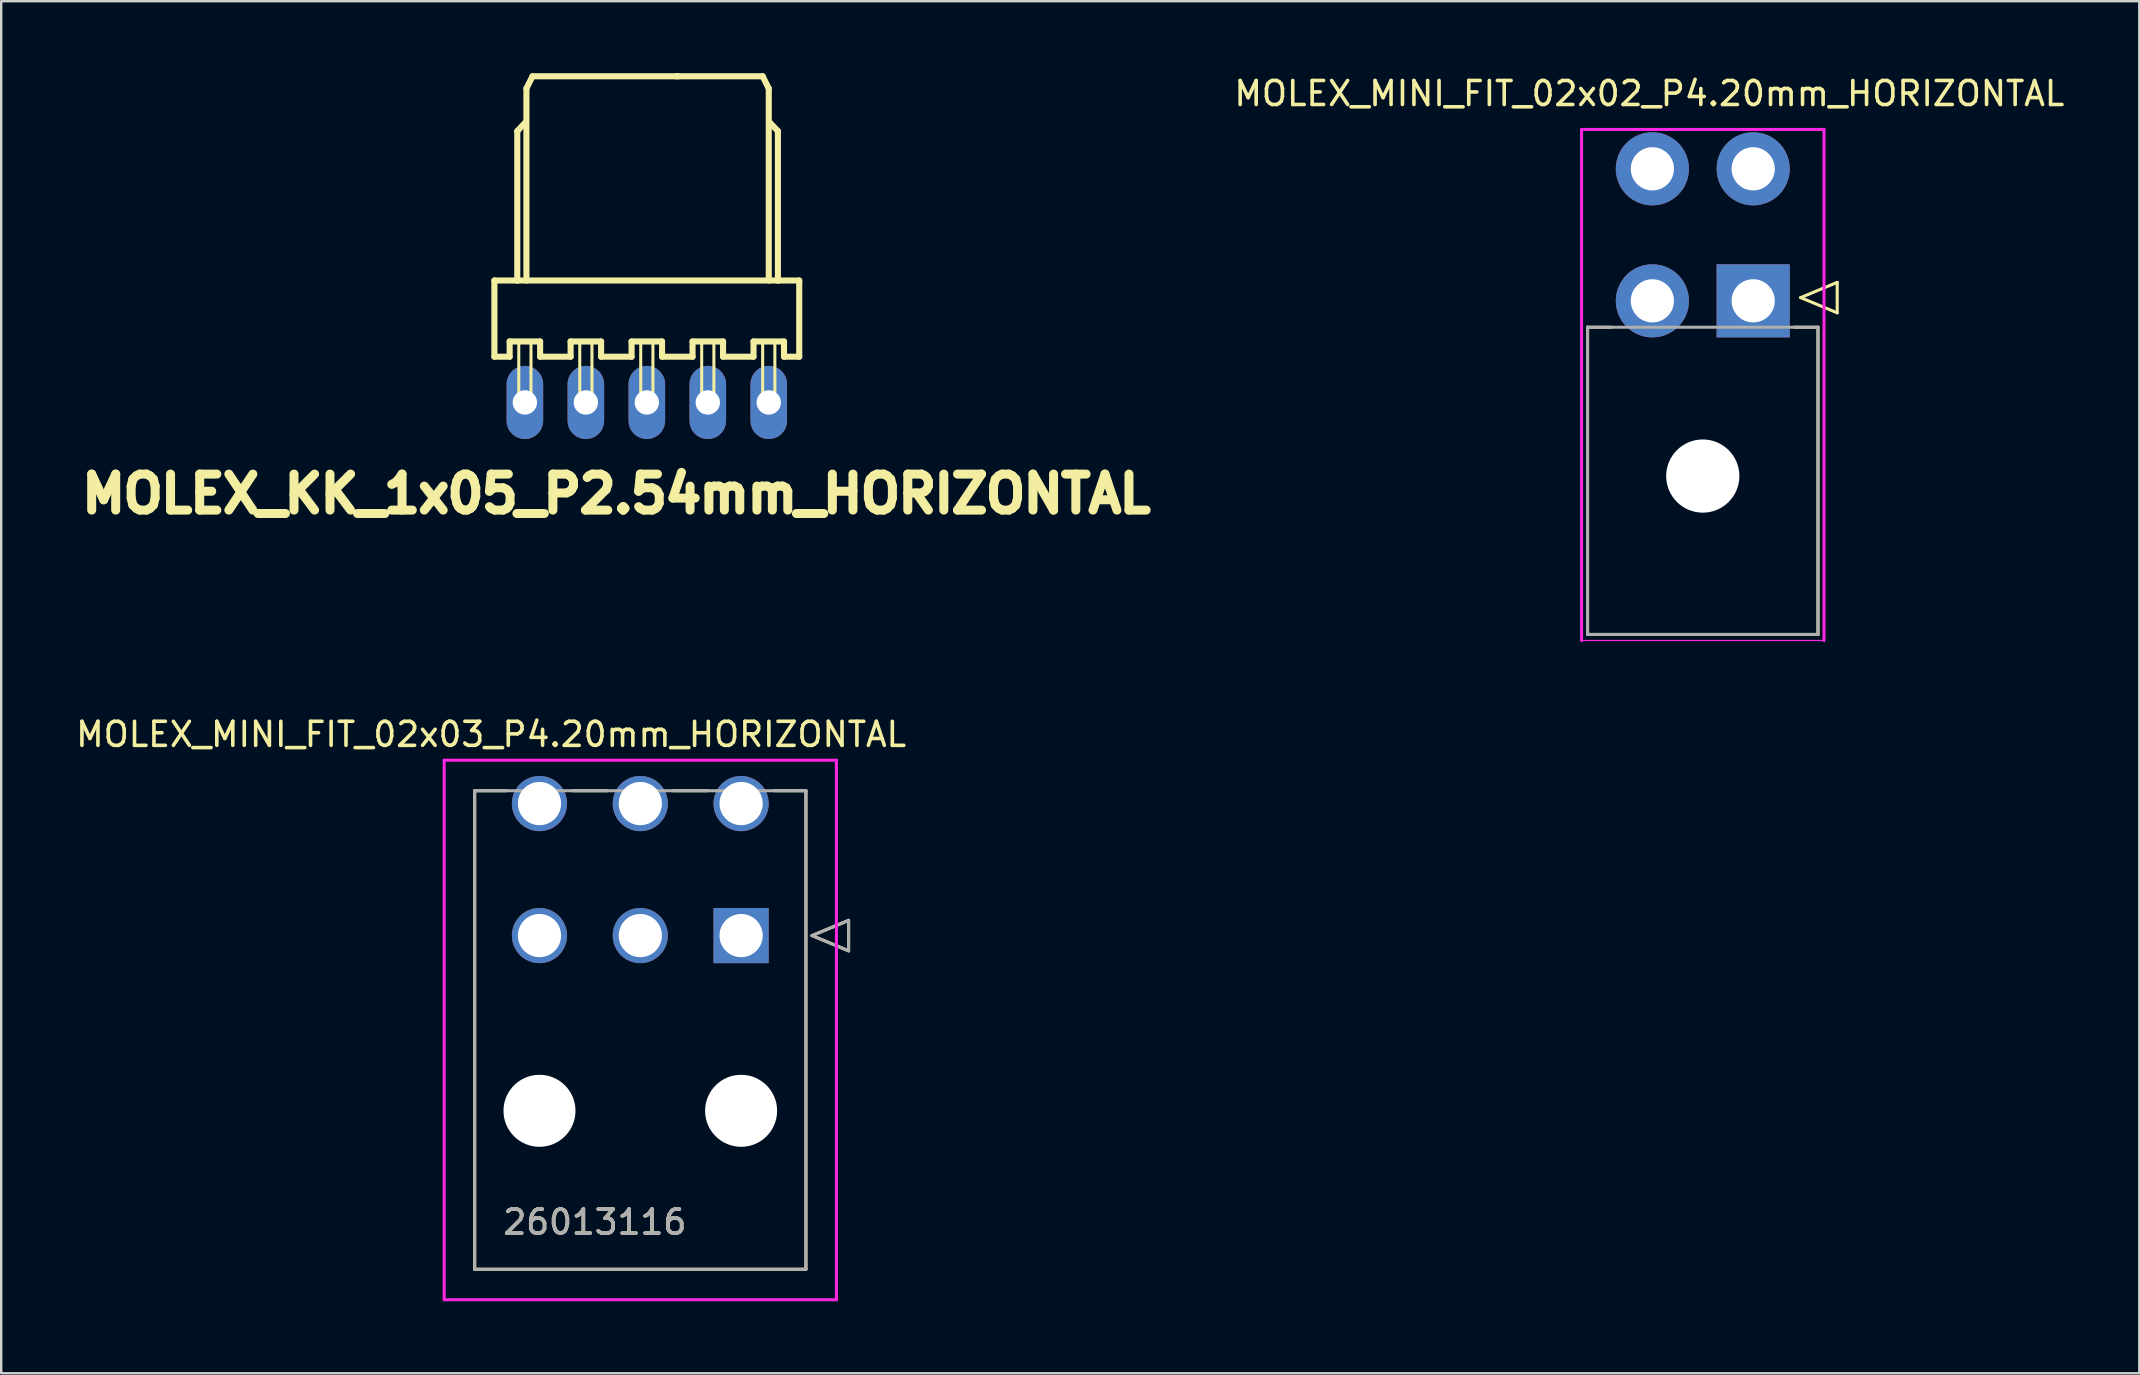
<source format=kicad_pcb>
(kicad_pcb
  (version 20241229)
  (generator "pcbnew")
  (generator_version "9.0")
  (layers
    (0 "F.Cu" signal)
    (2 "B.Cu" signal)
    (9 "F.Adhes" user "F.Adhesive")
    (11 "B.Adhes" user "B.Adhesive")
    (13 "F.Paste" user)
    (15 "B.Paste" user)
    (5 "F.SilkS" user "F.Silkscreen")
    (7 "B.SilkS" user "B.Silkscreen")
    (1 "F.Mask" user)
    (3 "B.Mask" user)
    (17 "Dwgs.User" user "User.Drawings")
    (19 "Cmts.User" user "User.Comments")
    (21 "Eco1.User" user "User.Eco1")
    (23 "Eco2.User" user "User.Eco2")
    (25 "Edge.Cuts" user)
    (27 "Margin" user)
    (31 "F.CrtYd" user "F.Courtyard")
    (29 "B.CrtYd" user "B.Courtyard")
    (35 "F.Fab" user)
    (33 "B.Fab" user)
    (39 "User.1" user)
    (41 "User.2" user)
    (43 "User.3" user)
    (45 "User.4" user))
  (footprint "MOLEX_MINI_FIT_02x02_P4.20mm_HORIZONTAL"
    (layer "F.Cu")
    (at 69.989 9.483)
    (property "Reference" "MOLEX_MINI_FIT_02x02_P4.20mm_HORIZONTAL" (at -4.325 -8.635 0) (layer "F.SilkS") (effects (font (size 1 1) (thickness 0.15))))
    (attr through_hole)
    (fp_line (start -6.9 1.1) (end -6.9 13.9) (stroke (width 0.127) (type solid)) (layer "F.SilkS"))
    (fp_line (start -6.9 13.9) (end 2.7 13.9) (stroke (width 0.127) (type solid)) (layer "F.SilkS"))
    (fp_line (start -5.91 1.1) (end -6.9 1.1) (stroke (width 0.127) (type solid)) (layer "F.SilkS"))
    (fp_line (start 1.976 -0.135) (end 3.5 -0.77) (stroke (width 0.127) (type solid)) (layer "F.SilkS"))
    (fp_line (start 2.7 1.1) (end 1.71 1.1) (stroke (width 0.127) (type solid)) (layer "F.SilkS"))
    (fp_line (start 2.7 13.9) (end 2.7 1.1) (stroke (width 0.127) (type solid)) (layer "F.SilkS"))
    (fp_line (start 3.5 -0.77) (end 3.5 0.5) (stroke (width 0.127) (type solid)) (layer "F.SilkS"))
    (fp_line (start 3.5 0.5) (end 1.976 -0.135) (stroke (width 0.127) (type solid)) (layer "F.SilkS"))
    (fp_line (start -7.15 -7.14) (end 2.95 -7.14) (stroke (width 0.127) (type solid)) (layer "F.CrtYd"))
    (fp_line (start -7.15 14.15) (end -7.15 -7.14) (stroke (width 0.127) (type solid)) (layer "F.CrtYd"))
    (fp_line (start 2.95 -7.14) (end 2.95 14.15) (stroke (width 0.127) (type solid)) (layer "F.CrtYd"))
    (fp_line (start 2.95 14.15) (end -7.15 14.15) (stroke (width 0.05) (type solid)) (layer "F.CrtYd"))
    (fp_line (start -6.9 1.1) (end 2.7 1.1) (stroke (width 0.127) (type solid)) (layer "F.Fab"))
    (fp_line (start -6.9 13.9) (end -6.9 1.1) (stroke (width 0.127) (type solid)) (layer "F.Fab"))
    (fp_line (start 2.7 1.1) (end 2.7 13.9) (stroke (width 0.127) (type solid)) (layer "F.Fab"))
    (fp_line (start 2.7 13.9) (end -6.9 13.9) (stroke (width 0.127) (type solid)) (layer "F.Fab"))
    (pad "" np_thru_hole circle (at -2.1 7.3) (size 3.05 3.05) (drill 3.05) (layers "*.Cu" "*.Mask"))
    (pad "1" thru_hole rect (at 0 0) (size 3.048 3.048) (drill 1.8) (layers "*.Cu" "*.Mask"))
    (pad "2" thru_hole circle (at -4.2 0) (size 3.048 3.048) (drill 1.8) (layers "*.Cu" "*.Mask"))
    (pad "3" thru_hole circle (at 0 -5.5) (size 3.048 3.048) (drill 1.8) (layers "*.Cu" "*.Mask"))
    (pad "4" thru_hole circle (at -4.2 -5.5) (size 3.048 3.048) (drill 1.8) (layers "*.Cu" "*.Mask")))
  (footprint "MOLEX_KK_1x05_P2.54mm_HORIZONTAL"
    (layer "F.Cu")
    (at 23.897 13.716)
    (property "Reference" "MOLEX_KK_1x05_P2.54mm_HORIZONTAL" (at -1.27 3.81 0) (layer "F.SilkS") (effects (font (size 1.5 1.5) (thickness 0.375))))
    (attr through_hole)
    (fp_line (start -6.35 -5.08) (end -6.35 -1.905) (stroke (width 0.254) (type solid)) (layer "F.SilkS"))
    (fp_line (start -6.35 -1.905) (end -5.715 -1.905) (stroke (width 0.254) (type solid)) (layer "F.SilkS"))
    (fp_line (start -5.715 -2.54) (end -4.445 -2.54) (stroke (width 0.254) (type solid)) (layer "F.SilkS"))
    (fp_line (start -5.715 -1.905) (end -5.715 -2.54) (stroke (width 0.254) (type solid)) (layer "F.SilkS"))
    (fp_line (start -5.397 -11.303) (end -5.065 -11.659) (stroke (width 0.254) (type solid)) (layer "F.SilkS"))
    (fp_line (start -5.397 -5.08) (end -6.35 -5.08) (stroke (width 0.254) (type solid)) (layer "F.SilkS"))
    (fp_line (start -5.397 -5.08) (end -5.397 -11.303) (stroke (width 0.254) (type solid)) (layer "F.SilkS"))
    (fp_line (start -5.334 -2.515) (end -4.826 -2.515) (stroke (width 0.066) (type solid)) (layer "F.SilkS"))
    (fp_line (start -5.334 -0.279) (end -5.334 -2.515) (stroke (width 0.127) (type solid)) (layer "F.SilkS"))
    (fp_line (start -5.334 -0.279) (end -4.826 -0.279) (stroke (width 0.127) (type solid)) (layer "F.SilkS"))
    (fp_line (start -5.016 -13.081) (end -4.763 -13.589) (stroke (width 0.254) (type solid)) (layer "F.SilkS"))
    (fp_line (start -5.016 -5.08) (end -5.016 -13.081) (stroke (width 0.254) (type solid)) (layer "F.SilkS"))
    (fp_line (start -4.826 -0.279) (end -4.826 -2.515) (stroke (width 0.127) (type solid)) (layer "F.SilkS"))
    (fp_line (start -4.763 -13.589) (end 1.321 -13.589) (stroke (width 0.254) (type solid)) (layer "F.SilkS"))
    (fp_line (start -4.445 -2.54) (end -4.445 -1.905) (stroke (width 0.254) (type solid)) (layer "F.SilkS"))
    (fp_line (start -4.445 -1.905) (end -3.175 -1.905) (stroke (width 0.254) (type solid)) (layer "F.SilkS"))
    (fp_line (start -3.175 -2.54) (end -1.905 -2.54) (stroke (width 0.254) (type solid)) (layer "F.SilkS"))
    (fp_line (start -3.175 -1.905) (end -3.175 -2.54) (stroke (width 0.254) (type solid)) (layer "F.SilkS"))
    (fp_line (start -2.794 -2.515) (end -2.286 -2.515) (stroke (width 0.066) (type solid)) (layer "F.SilkS"))
    (fp_line (start -2.794 -0.279) (end -2.794 -2.515) (stroke (width 0.127) (type solid)) (layer "F.SilkS"))
    (fp_line (start -2.794 -0.279) (end -2.286 -0.279) (stroke (width 0.127) (type solid)) (layer "F.SilkS"))
    (fp_line (start -2.286 -0.279) (end -2.286 -2.515) (stroke (width 0.127) (type solid)) (layer "F.SilkS"))
    (fp_line (start -1.905 -2.54) (end -1.905 -1.905) (stroke (width 0.254) (type solid)) (layer "F.SilkS"))
    (fp_line (start -1.905 -1.905) (end -0.635 -1.905) (stroke (width 0.254) (type solid)) (layer "F.SilkS"))
    (fp_line (start -0.635 -2.54) (end 0.635 -2.54) (stroke (width 0.254) (type solid)) (layer "F.SilkS"))
    (fp_line (start -0.635 -1.905) (end -0.635 -2.54) (stroke (width 0.254) (type solid)) (layer "F.SilkS"))
    (fp_line (start -0.254 -2.515) (end 0.254 -2.515) (stroke (width 0.066) (type solid)) (layer "F.SilkS"))
    (fp_line (start -0.254 -2.515) (end 0.254 -2.515) (stroke (width 0.066) (type solid)) (layer "F.SilkS"))
    (fp_line (start -0.254 -0.279) (end -0.254 -2.515) (stroke (width 0.127) (type solid)) (layer "F.SilkS"))
    (fp_line (start -0.254 -0.279) (end 0.254 -0.279) (stroke (width 0.127) (type solid)) (layer "F.SilkS"))
    (fp_line (start 0.254 -0.279) (end 0.254 -2.515) (stroke (width 0.127) (type solid)) (layer "F.SilkS"))
    (fp_line (start 0.635 -2.54) (end 0.635 -1.905) (stroke (width 0.254) (type solid)) (layer "F.SilkS"))
    (fp_line (start 0.635 -1.905) (end 1.905 -1.905) (stroke (width 0.254) (type solid)) (layer "F.SilkS"))
    (fp_line (start 1.905 -2.54) (end 3.175 -2.54) (stroke (width 0.254) (type solid)) (layer "F.SilkS"))
    (fp_line (start 1.905 -1.905) (end 1.905 -2.54) (stroke (width 0.254) (type solid)) (layer "F.SilkS"))
    (fp_line (start 2.286 -2.515) (end 2.794 -2.515) (stroke (width 0.066) (type solid)) (layer "F.SilkS"))
    (fp_line (start 2.286 -2.515) (end 2.794 -2.515) (stroke (width 0.066) (type solid)) (layer "F.SilkS"))
    (fp_line (start 2.286 -0.279) (end 2.286 -2.515) (stroke (width 0.127) (type solid)) (layer "F.SilkS"))
    (fp_line (start 2.286 -0.279) (end 2.794 -0.279) (stroke (width 0.127) (type solid)) (layer "F.SilkS"))
    (fp_line (start 2.794 -0.279) (end 2.794 -2.515) (stroke (width 0.127) (type solid)) (layer "F.SilkS"))
    (fp_line (start 3.175 -2.54) (end 3.175 -1.905) (stroke (width 0.254) (type solid)) (layer "F.SilkS"))
    (fp_line (start 3.175 -1.905) (end 4.445 -1.905) (stroke (width 0.254) (type solid)) (layer "F.SilkS"))
    (fp_line (start 4.445 -2.54) (end 4.445 -1.905) (stroke (width 0.254) (type solid)) (layer "F.SilkS"))
    (fp_line (start 4.445 -2.54) (end 5.715 -2.54) (stroke (width 0.254) (type solid)) (layer "F.SilkS"))
    (fp_line (start 4.826 -13.589) (end 1.219 -13.589) (stroke (width 0.254) (type solid)) (layer "F.SilkS"))
    (fp_line (start 4.826 -0.279) (end 4.826 -2.515) (stroke (width 0.127) (type solid)) (layer "F.SilkS"))
    (fp_line (start 4.826 -0.279) (end 5.334 -0.279) (stroke (width 0.127) (type solid)) (layer "F.SilkS"))
    (fp_line (start 5.08 -13.081) (end 4.826 -13.589) (stroke (width 0.254) (type solid)) (layer "F.SilkS"))
    (fp_line (start 5.08 -5.08) (end 5.08 -13.081) (stroke (width 0.254) (type solid)) (layer "F.SilkS"))
    (fp_line (start 5.334 -0.279) (end 5.334 -2.515) (stroke (width 0.127) (type solid)) (layer "F.SilkS"))
    (fp_line (start 5.461 -11.303) (end 5.128 -11.659) (stroke (width 0.254) (type solid)) (layer "F.SilkS"))
    (fp_line (start 5.461 -5.08) (end -5.397 -5.08) (stroke (width 0.254) (type solid)) (layer "F.SilkS"))
    (fp_line (start 5.461 -5.08) (end 5.461 -11.303) (stroke (width 0.254) (type solid)) (layer "F.SilkS"))
    (fp_line (start 5.715 -2.54) (end 5.715 -1.905) (stroke (width 0.254) (type solid)) (layer "F.SilkS"))
    (fp_line (start 5.715 -1.905) (end 6.35 -1.905) (stroke (width 0.254) (type solid)) (layer "F.SilkS"))
    (fp_line (start 6.35 -5.08) (end 5.461 -5.08) (stroke (width 0.254) (type solid)) (layer "F.SilkS"))
    (fp_line (start 6.35 -1.905) (end 6.35 -5.08) (stroke (width 0.254) (type solid)) (layer "F.SilkS"))
    (pad "1" thru_hole oval (at 5.08 0) (size 1.524 3.048) (drill 1.016) (layers "*.Cu" "*.Mask"))
    (pad "2" thru_hole oval (at 2.54 0) (size 1.524 3.048) (drill 1.016) (layers "*.Cu" "*.Mask"))
    (pad "3" thru_hole oval (at 0 0) (size 1.524 3.048) (drill 1.016) (layers "*.Cu" "*.Mask"))
    (pad "4" thru_hole oval (at -2.54 0) (size 1.524 3.048) (drill 1.016) (layers "*.Cu" "*.Mask"))
    (pad "5" thru_hole oval (at -5.08 0) (size 1.524 3.048) (drill 1.016) (layers "*.Cu" "*.Mask")))
  (footprint "MOLEX_MINI_FIT_02x03_P4.20mm_HORIZONTAL"
    (layer "F.Cu")
    (at 27.825 35.927)
    (property "Reference" "MOLEX_MINI_FIT_02x03_P4.20mm_HORIZONTAL" (at -10.414 -8.382 0) (unlocked yes) (layer "F.SilkS") (effects (font (size 1 1) (thickness 0.15))))
    (attr through_hole)
    (fp_line (start -11.1 -6.035) (end -11.1 13.9) (stroke (width 0.127) (type solid)) (layer "F.SilkS"))
    (fp_line (start -11.1 13.9) (end 2.7 13.9) (stroke (width 0.127) (type solid)) (layer "F.SilkS"))
    (fp_line (start -9.769 -6.035) (end -11.1 -6.035) (stroke (width 0.127) (type solid)) (layer "F.SilkS"))
    (fp_line (start -5.569 -6.035) (end -7.031 -6.035) (stroke (width 0.127) (type solid)) (layer "F.SilkS"))
    (fp_line (start -1.369 -6.035) (end -2.831 -6.035) (stroke (width 0.127) (type solid)) (layer "F.SilkS"))
    (fp_line (start 2.7 -6.035) (end 1.369 -6.035) (stroke (width 0.127) (type solid)) (layer "F.SilkS"))
    (fp_line (start 2.7 13.9) (end 2.7 -6.035) (stroke (width 0.127) (type solid)) (layer "F.SilkS"))
    (fp_line (start 2.954 0) (end 4.478 -0.635) (stroke (width 0.127) (type solid)) (layer "F.SilkS"))
    (fp_line (start 4.478 -0.635) (end 4.478 0.635) (stroke (width 0.127) (type solid)) (layer "F.SilkS"))
    (fp_line (start 4.478 0.635) (end 2.954 0) (stroke (width 0.127) (type solid)) (layer "F.SilkS"))
    (fp_line (start -12.37 -7.305) (end -12.37 15.17) (stroke (width 0.127) (type solid)) (layer "F.CrtYd"))
    (fp_line (start -12.37 15.17) (end 3.97 15.17) (stroke (width 0.127) (type solid)) (layer "F.CrtYd"))
    (fp_line (start 3.97 -7.305) (end -12.37 -7.305) (stroke (width 0.127) (type solid)) (layer "F.CrtYd"))
    (fp_line (start 3.97 15.17) (end 3.97 -7.305) (stroke (width 0.127) (type solid)) (layer "F.CrtYd"))
    (fp_line (start -11.1 -6.035) (end -11.1 13.9) (stroke (width 0.127) (type solid)) (layer "F.Fab"))
    (fp_line (start -11.1 13.9) (end 2.7 13.9) (stroke (width 0.127) (type solid)) (layer "F.Fab"))
    (fp_line (start 2.7 -6.035) (end -11.1 -6.035) (stroke (width 0.127) (type solid)) (layer "F.Fab"))
    (fp_line (start 2.7 13.9) (end 2.7 -6.035) (stroke (width 0.127) (type solid)) (layer "F.Fab"))
    (fp_line (start 2.954 0) (end 4.478 -0.635) (stroke (width 0.127) (type solid)) (layer "F.Fab"))
    (fp_line (start 4.478 -0.635) (end 4.478 0.635) (stroke (width 0.127) (type solid)) (layer "F.Fab"))
    (fp_line (start 4.478 0.635) (end 2.954 0) (stroke (width 0.127) (type solid)) (layer "F.Fab"))
    (fp_text user "26013116" (at -6.096 11.938 0) (unlocked yes) (layer "F.SilkS") (effects (font (size 1 1) (thickness 0.15))))
    (fp_text user "26013116" (at -6.096 11.938 0) (unlocked yes) (layer "F.Fab") (effects (font (size 1 1) (thickness 0.15))))
    (pad "" np_thru_hole circle (at -8.4 7.3) (size 3 3) (drill 3) (layers "*.Cu" "*.Mask"))
    (pad "" np_thru_hole circle (at 0 7.3) (size 3 3) (drill 3) (layers "*.Cu" "*.Mask"))
    (pad "1" thru_hole rect (at 0 0) (size 2.3 2.3) (drill 1.8) (layers "*.Cu" "*.Mask"))
    (pad "2" thru_hole circle (at -4.2 0) (size 2.3 2.3) (drill 1.8) (layers "*.Cu" "*.Mask"))
    (pad "3" thru_hole circle (at -8.4 0) (size 2.3 2.3) (drill 1.8) (layers "*.Cu" "*.Mask"))
    (pad "4" thru_hole circle (at 0 -5.5) (size 2.3 2.3) (drill 1.8) (layers "*.Cu" "*.Mask"))
    (pad "5" thru_hole circle (at -4.2 -5.5) (size 2.3 2.3) (drill 1.8) (layers "*.Cu" "*.Mask"))
    (pad "6" thru_hole circle (at -8.4 -5.5) (size 2.3 2.3) (drill 1.8) (layers "*.Cu" "*.Mask")))
  (gr_rect
    (start -3 -3)
    (end 86.075 54.16)
    (stroke (width 0.1) (type default))
    (fill no)
    (layer "Edge.Cuts")))
</source>
